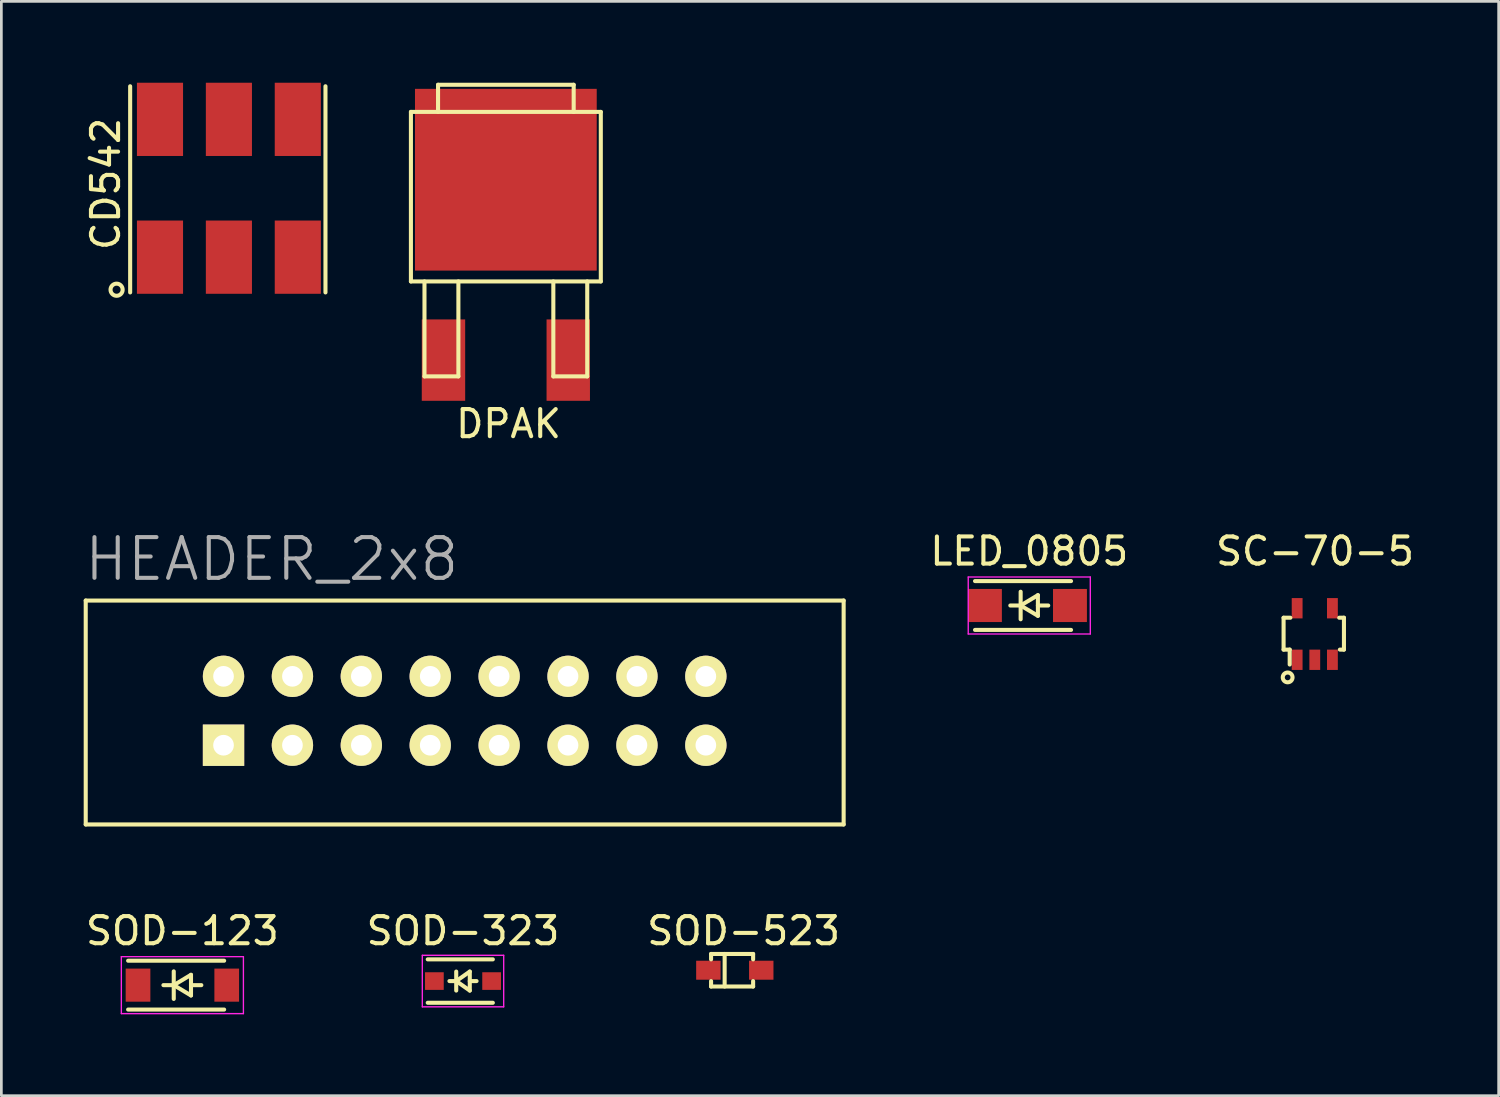
<source format=kicad_pcb>
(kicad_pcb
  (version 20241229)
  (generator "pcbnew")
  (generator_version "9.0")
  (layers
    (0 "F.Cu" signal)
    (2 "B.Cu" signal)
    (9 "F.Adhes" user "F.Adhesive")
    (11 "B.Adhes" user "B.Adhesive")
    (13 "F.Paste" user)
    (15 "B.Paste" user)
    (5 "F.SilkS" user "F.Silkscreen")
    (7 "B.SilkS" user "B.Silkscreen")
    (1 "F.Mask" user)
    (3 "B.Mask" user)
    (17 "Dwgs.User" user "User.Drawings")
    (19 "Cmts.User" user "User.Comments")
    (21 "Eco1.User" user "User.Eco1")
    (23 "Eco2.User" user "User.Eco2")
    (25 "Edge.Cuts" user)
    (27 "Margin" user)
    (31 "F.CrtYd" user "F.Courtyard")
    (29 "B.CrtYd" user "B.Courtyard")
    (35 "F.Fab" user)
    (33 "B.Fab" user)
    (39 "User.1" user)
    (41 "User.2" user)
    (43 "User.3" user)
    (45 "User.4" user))
  (footprint "DPAK"
    (layer "F.Cu")
    (at 15.598 3.575)
    (property "Reference" "DPAK" (at 0.1 9 0) (layer "F.SilkS") (effects (font (size 1 1) (thickness 0.15))))
    (attr through_hole)
    (fp_line (start -3.5 -2.5) (end -3.5 3.75) (stroke (width 0.15) (type solid)) (layer "F.SilkS"))
    (fp_line (start -3.5 3.75) (end 3.5 3.75) (stroke (width 0.15) (type solid)) (layer "F.SilkS"))
    (fp_line (start -3 3.75) (end -3 7.25) (stroke (width 0.15) (type solid)) (layer "F.SilkS"))
    (fp_line (start -3 7.25) (end -1.75 7.25) (stroke (width 0.15) (type solid)) (layer "F.SilkS"))
    (fp_line (start -2.5 -3.5) (end 2.5 -3.5) (stroke (width 0.15) (type solid)) (layer "F.SilkS"))
    (fp_line (start -2.5 -2.5) (end -2.5 -3.5) (stroke (width 0.15) (type solid)) (layer "F.SilkS"))
    (fp_line (start -1.75 7.25) (end -1.75 3.75) (stroke (width 0.15) (type solid)) (layer "F.SilkS"))
    (fp_line (start 1.75 3.75) (end 1.75 7.25) (stroke (width 0.15) (type solid)) (layer "F.SilkS"))
    (fp_line (start 1.75 7.25) (end 3 7.25) (stroke (width 0.15) (type solid)) (layer "F.SilkS"))
    (fp_line (start 2.5 -3.5) (end 2.5 -2.5) (stroke (width 0.15) (type solid)) (layer "F.SilkS"))
    (fp_line (start 3 7.25) (end 3 3.75) (stroke (width 0.15) (type solid)) (layer "F.SilkS"))
    (fp_line (start 3.5 -2.5) (end -3.5 -2.5) (stroke (width 0.15) (type solid)) (layer "F.SilkS"))
    (fp_line (start 3.5 3.75) (end 3.5 -2.5) (stroke (width 0.15) (type solid)) (layer "F.SilkS"))
    (pad "1" smd rect (at -2.3 6.65) (size 1.6 3) (layers "F.Cu" "F.Mask" "F.Paste"))
    (pad "2" smd rect (at 0 0) (size 6.7 6.7) (layers "F.Cu" "F.Mask" "F.Paste"))
    (pad "3" smd rect (at 2.3 6.65) (size 1.6 3) (layers "F.Cu" "F.Mask" "F.Paste")))
  (footprint "SC-70-5"
    (layer "F.Cu")
    (at 45.418 20.322)
    (property "Reference" "SC-70-5" (at 0.01 -3.051 0) (layer "F.SilkS") (effects (font (size 1 1) (thickness 0.15))))
    (attr smd)
    (fp_line (start -1.15 -0.6) (end -1.15 0.575) (stroke (width 0.15) (type solid)) (layer "F.SilkS"))
    (fp_line (start -1.15 0.575) (end -0.925 0.575) (stroke (width 0.15) (type solid)) (layer "F.SilkS"))
    (fp_line (start -0.925 0.575) (end -0.925 1.125) (stroke (width 0.15) (type solid)) (layer "F.SilkS"))
    (fp_line (start -0.9 -0.6) (end -1.15 -0.6) (stroke (width 0.15) (type solid)) (layer "F.SilkS"))
    (fp_line (start 0.9 -0.6) (end 1.075 -0.6) (stroke (width 0.15) (type solid)) (layer "F.SilkS"))
    (fp_line (start 1.075 -0.6) (end 1.075 0.575) (stroke (width 0.15) (type solid)) (layer "F.SilkS"))
    (fp_line (start 1.075 0.575) (end 0.925 0.575) (stroke (width 0.15) (type solid)) (layer "F.SilkS"))
    (fp_circle (center -1 1.6) (end -0.85 1.7) (stroke (width 0.15) (type solid)) (fill no) (layer "F.SilkS"))
    (pad "1" smd rect (at -0.65 0.95) (size 0.399 0.749) (layers "F.Cu" "F.Mask" "F.Paste"))
    (pad "2" smd rect (at 0 0.95) (size 0.399 0.749) (layers "F.Cu" "F.Mask" "F.Paste"))
    (pad "3" smd rect (at 0.65 0.95) (size 0.399 0.749) (layers "F.Cu" "F.Mask" "F.Paste"))
    (pad "4" smd rect (at 0.65 -0.95) (size 0.399 0.749) (layers "F.Cu" "F.Mask" "F.Paste"))
    (pad "5" smd rect (at -0.65 -0.95) (size 0.399 0.749) (layers "F.Cu" "F.Mask" "F.Paste")))
  (footprint "SOD-523"
    (layer "F.Cu")
    (at 24.313 32.716)
    (property "Reference" "SOD-523" (at 0.05 -1.45 0) (layer "F.SilkS") (effects (font (size 1 1) (thickness 0.15))))
    (attr through_hole)
    (fp_line (start -1.15 -0.6) (end -1.15 -0.4) (stroke (width 0.15) (type solid)) (layer "F.SilkS"))
    (fp_line (start -1.15 -0.6) (end 0.4 -0.6) (stroke (width 0.15) (type solid)) (layer "F.SilkS"))
    (fp_line (start -1.15 0.6) (end -1.15 0.4) (stroke (width 0.15) (type solid)) (layer "F.SilkS"))
    (fp_line (start -1.15 0.6) (end 0.4 0.6) (stroke (width 0.15) (type solid)) (layer "F.SilkS"))
    (fp_line (start -0.65 0.6) (end -0.65 -0.6) (stroke (width 0.15) (type solid)) (layer "F.SilkS"))
    (fp_line (start 0.4 -0.6) (end 0.4 -0.4) (stroke (width 0.15) (type solid)) (layer "F.SilkS"))
    (fp_line (start 0.4 0.6) (end 0.4 0.4) (stroke (width 0.15) (type solid)) (layer "F.SilkS"))
    (pad "1" smd rect (at 0.7 0) (size 0.9 0.7) (layers "F.Cu" "F.Mask" "F.Paste"))
    (pad "2" smd rect (at -1.25 0) (size 0.9 0.7) (layers "F.Cu" "F.Mask" "F.Paste")))
  (footprint "SOD-323"
    (layer "F.Cu")
    (at 14.018 33.116)
    (property "Reference" "SOD-323" (at 0 -1.85 0) (layer "F.SilkS") (effects (font (size 1 1) (thickness 0.15))))
    (attr smd)
    (fp_line (start -1.3 -0.8) (end 1.1 -0.8) (stroke (width 0.15) (type solid)) (layer "F.SilkS"))
    (fp_line (start -1.3 0.8) (end 1.1 0.8) (stroke (width 0.15) (type solid)) (layer "F.SilkS"))
    (fp_line (start -0.25 -0.35) (end -0.25 0.35) (stroke (width 0.15) (type solid)) (layer "F.SilkS"))
    (fp_line (start -0.25 0) (end -0.5 0) (stroke (width 0.15) (type solid)) (layer "F.SilkS"))
    (fp_line (start -0.25 0) (end 0.25 -0.35) (stroke (width 0.15) (type solid)) (layer "F.SilkS"))
    (fp_line (start 0.25 -0.35) (end 0.25 0.35) (stroke (width 0.15) (type solid)) (layer "F.SilkS"))
    (fp_line (start 0.25 0) (end 0.5 0) (stroke (width 0.15) (type solid)) (layer "F.SilkS"))
    (fp_line (start 0.25 0.35) (end -0.25 0) (stroke (width 0.15) (type solid)) (layer "F.SilkS"))
    (fp_line (start -1.5 -0.95) (end -1.5 0.95) (stroke (width 0.05) (type solid)) (layer "F.CrtYd"))
    (fp_line (start -1.5 -0.95) (end 1.5 -0.95) (stroke (width 0.05) (type solid)) (layer "F.CrtYd"))
    (fp_line (start -1.5 0.95) (end 1.5 0.95) (stroke (width 0.05) (type solid)) (layer "F.CrtYd"))
    (fp_line (start 1.5 -0.95) (end 1.5 0.95) (stroke (width 0.05) (type solid)) (layer "F.CrtYd"))
    (pad "1" smd rect (at 1.055 0) (size 0.69 0.65) (layers "F.Cu" "F.Mask" "F.Paste"))
    (pad "2" smd rect (at -1.055 0) (size 0.69 0.65) (layers "F.Cu" "F.Mask" "F.Paste")))
  (footprint "HEADER_2x8"
    (layer "F.Cu")
    (at 14.08 23.152)
    (property "Reference" "HEADER_2x8" (at -7.112 -5.588 0) (layer "F.Fab") (effects (font (size 1.5 1.5) (thickness 0.15))))
    (attr through_hole)
    (fp_line (start -13.97 -4.064) (end 13.97 -4.064) (stroke (width 0.15) (type solid)) (layer "F.SilkS"))
    (fp_line (start -13.97 4.191) (end -13.97 -4.064) (stroke (width 0.15) (type solid)) (layer "F.SilkS"))
    (fp_line (start -13.97 4.191) (end 13.97 4.191) (stroke (width 0.15) (type solid)) (layer "F.SilkS"))
    (fp_line (start 13.97 4.191) (end 13.97 -4.064) (stroke (width 0.15) (type solid)) (layer "F.SilkS"))
    (pad "1" thru_hole rect (at -8.89 1.27) (size 1.524 1.524) (drill 0.762) (layers "*.Cu" "*.Mask" "F.SilkS"))
    (pad "2" thru_hole circle (at -8.89 -1.27) (size 1.524 1.524) (drill 0.762) (layers "*.Cu" "*.Mask" "F.SilkS"))
    (pad "3" thru_hole circle (at -6.35 1.27) (size 1.524 1.524) (drill 0.762) (layers "*.Cu" "*.Mask" "F.SilkS"))
    (pad "4" thru_hole circle (at -6.35 -1.27) (size 1.524 1.524) (drill 0.762) (layers "*.Cu" "*.Mask" "F.SilkS"))
    (pad "5" thru_hole circle (at -3.81 1.27) (size 1.524 1.524) (drill 0.762) (layers "*.Cu" "*.Mask" "F.SilkS"))
    (pad "6" thru_hole circle (at -3.81 -1.27) (size 1.524 1.524) (drill 0.762) (layers "*.Cu" "*.Mask" "F.SilkS"))
    (pad "7" thru_hole circle (at -1.27 1.27) (size 1.524 1.524) (drill 0.762) (layers "*.Cu" "*.Mask" "F.SilkS"))
    (pad "8" thru_hole circle (at -1.27 -1.27) (size 1.524 1.524) (drill 0.762) (layers "*.Cu" "*.Mask" "F.SilkS"))
    (pad "9" thru_hole circle (at 1.27 1.27) (size 1.524 1.524) (drill 0.762) (layers "*.Cu" "*.Mask" "F.SilkS"))
    (pad "10" thru_hole circle (at 1.27 -1.27) (size 1.524 1.524) (drill 0.762) (layers "*.Cu" "*.Mask" "F.SilkS"))
    (pad "11" thru_hole circle (at 3.81 1.27) (size 1.524 1.524) (drill 0.762) (layers "*.Cu" "*.Mask" "F.SilkS"))
    (pad "12" thru_hole circle (at 3.81 -1.27) (size 1.524 1.524) (drill 0.762) (layers "*.Cu" "*.Mask" "F.SilkS"))
    (pad "13" thru_hole circle (at 6.35 1.27) (size 1.524 1.524) (drill 0.762) (layers "*.Cu" "*.Mask" "F.SilkS"))
    (pad "14" thru_hole circle (at 6.35 -1.27) (size 1.524 1.524) (drill 0.762) (layers "*.Cu" "*.Mask" "F.SilkS"))
    (pad "15" thru_hole circle (at 8.89 1.27) (size 1.524 1.524) (drill 0.762) (layers "*.Cu" "*.Mask" "F.SilkS"))
    (pad "16" thru_hole circle (at 8.89 -1.27) (size 1.524 1.524) (drill 0.762) (layers "*.Cu" "*.Mask" "F.SilkS")))
  (footprint "CD542"
    (layer "F.Cu")
    (at 5.348 3.83)
    (property "Reference" "CD542" (at -4.5 -0.1 90) (layer "F.SilkS") (effects (font (size 1 1) (thickness 0.15))))
    (attr through_hole)
    (fp_line (start -3.6 3.9) (end -3.6 -3.7) (stroke (width 0.15) (type solid)) (layer "F.SilkS"))
    (fp_line (start 3.6 3.9) (end 3.6 -3.7) (stroke (width 0.15) (type solid)) (layer "F.SilkS"))
    (fp_circle (center -4.1 3.8) (end -3.9 3.9) (stroke (width 0.15) (type solid)) (fill no) (layer "F.SilkS"))
    (pad "1" smd rect (at -2.5 2.6) (size 1.7 2.7) (layers "F.Cu" "F.Mask" "F.Paste"))
    (pad "2" smd rect (at 0.04 2.6) (size 1.7 2.7) (layers "F.Cu" "F.Mask" "F.Paste"))
    (pad "3" smd rect (at 2.58 2.6) (size 1.7 2.7) (layers "F.Cu" "F.Mask" "F.Paste"))
    (pad "4" smd rect (at 2.58 -2.48) (size 1.7 2.7) (layers "F.Cu" "F.Mask" "F.Paste"))
    (pad "5" smd rect (at 0.04 -2.48) (size 1.7 2.7) (layers "F.Cu" "F.Mask" "F.Paste"))
    (pad "6" smd rect (at -2.5 -2.48) (size 1.7 2.7) (layers "F.Cu" "F.Mask" "F.Paste")))
  (footprint "LED_0805"
    (layer "F.Cu")
    (at 34.893 19.271)
    (property "Reference" "LED_0805" (at 0 -2 0) (layer "F.SilkS") (effects (font (size 1 1) (thickness 0.15))))
    (attr smd)
    (fp_line (start -2 -0.9) (end 1.54 -0.9) (stroke (width 0.15) (type solid)) (layer "F.SilkS"))
    (fp_line (start -2 0.9) (end 1.54 0.9) (stroke (width 0.15) (type solid)) (layer "F.SilkS"))
    (fp_line (start -0.699 0) (end -0.318 0) (stroke (width 0.15) (type solid)) (layer "F.SilkS"))
    (fp_line (start -0.318 -0.508) (end -0.318 0.508) (stroke (width 0.15) (type solid)) (layer "F.SilkS"))
    (fp_line (start -0.318 0) (end 0.318 -0.381) (stroke (width 0.15) (type solid)) (layer "F.SilkS"))
    (fp_line (start 0.318 -0.381) (end 0.318 0.381) (stroke (width 0.15) (type solid)) (layer "F.SilkS"))
    (fp_line (start 0.318 0) (end 0.699 0) (stroke (width 0.15) (type solid)) (layer "F.SilkS"))
    (fp_line (start 0.318 0.381) (end -0.318 0) (stroke (width 0.15) (type solid)) (layer "F.SilkS"))
    (fp_line (start -2.25 -1.05) (end -2.25 1.05) (stroke (width 0.05) (type solid)) (layer "F.CrtYd"))
    (fp_line (start -2.25 -1.05) (end 2.25 -1.05) (stroke (width 0.05) (type solid)) (layer "F.CrtYd"))
    (fp_line (start 2.25 -1.05) (end 2.25 1.05) (stroke (width 0.05) (type solid)) (layer "F.CrtYd"))
    (fp_line (start 2.25 1.05) (end -2.25 1.05) (stroke (width 0.05) (type solid)) (layer "F.CrtYd"))
    (pad "1" smd rect (at -1.635 0) (size 1.25 1.22) (layers "F.Cu" "F.Mask" "F.Paste"))
    (pad "2" smd rect (at 1.5 0) (size 1.25 1.22) (layers "F.Cu" "F.Mask" "F.Paste")))
  (footprint "SOD-123"
    (layer "F.Cu")
    (at 3.673 33.266)
    (property "Reference" "SOD-123" (at 0 -2 0) (layer "F.SilkS") (effects (font (size 1 1) (thickness 0.15))))
    (attr smd)
    (fp_line (start -2 -0.9) (end 1.54 -0.9) (stroke (width 0.15) (type solid)) (layer "F.SilkS"))
    (fp_line (start -2 0.9) (end 1.54 0.9) (stroke (width 0.15) (type solid)) (layer "F.SilkS"))
    (fp_line (start -0.699 0) (end -0.318 0) (stroke (width 0.15) (type solid)) (layer "F.SilkS"))
    (fp_line (start -0.318 -0.508) (end -0.318 0.508) (stroke (width 0.15) (type solid)) (layer "F.SilkS"))
    (fp_line (start -0.318 0) (end 0.318 -0.381) (stroke (width 0.15) (type solid)) (layer "F.SilkS"))
    (fp_line (start 0.318 -0.381) (end 0.318 0.381) (stroke (width 0.15) (type solid)) (layer "F.SilkS"))
    (fp_line (start 0.318 0) (end 0.699 0) (stroke (width 0.15) (type solid)) (layer "F.SilkS"))
    (fp_line (start 0.318 0.381) (end -0.318 0) (stroke (width 0.15) (type solid)) (layer "F.SilkS"))
    (fp_line (start -2.25 -1.05) (end -2.25 1.05) (stroke (width 0.05) (type solid)) (layer "F.CrtYd"))
    (fp_line (start -2.25 -1.05) (end 2.25 -1.05) (stroke (width 0.05) (type solid)) (layer "F.CrtYd"))
    (fp_line (start 2.25 -1.05) (end 2.25 1.05) (stroke (width 0.05) (type solid)) (layer "F.CrtYd"))
    (fp_line (start 2.25 1.05) (end -2.25 1.05) (stroke (width 0.05) (type solid)) (layer "F.CrtYd"))
    (pad "1" smd rect (at 1.635 0) (size 0.91 1.22) (layers "F.Cu" "F.Mask" "F.Paste"))
    (pad "2" smd rect (at -1.635 0) (size 0.91 1.22) (layers "F.Cu" "F.Mask" "F.Paste")))
  (gr_rect
    (start -3 -3)
    (end 52.196 37.341)
    (stroke (width 0.1) (type default))
    (fill no)
    (layer "Edge.Cuts")))
</source>
